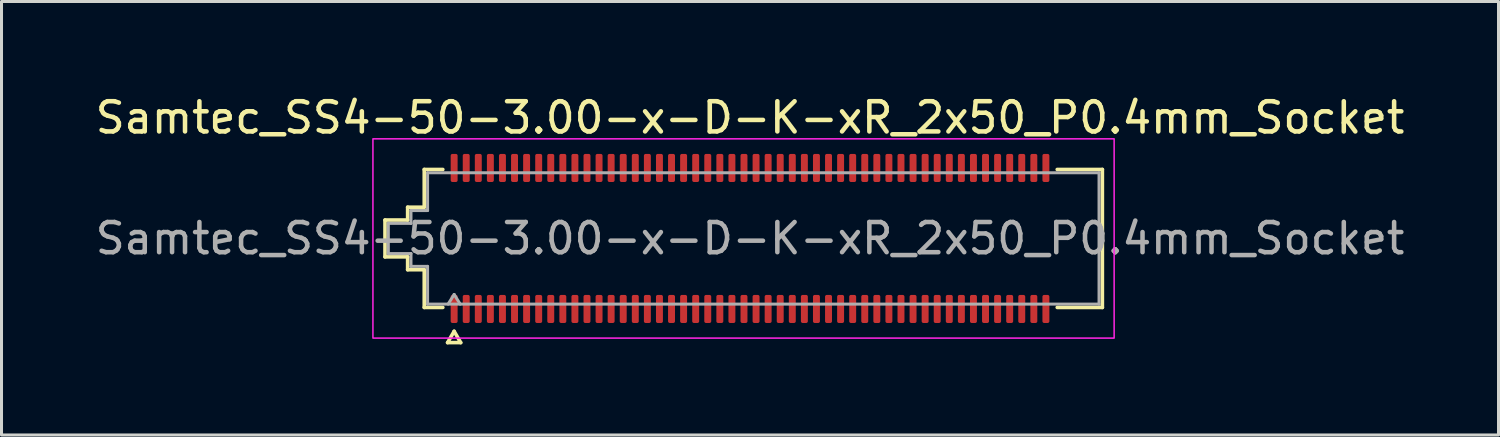
<source format=kicad_pcb>
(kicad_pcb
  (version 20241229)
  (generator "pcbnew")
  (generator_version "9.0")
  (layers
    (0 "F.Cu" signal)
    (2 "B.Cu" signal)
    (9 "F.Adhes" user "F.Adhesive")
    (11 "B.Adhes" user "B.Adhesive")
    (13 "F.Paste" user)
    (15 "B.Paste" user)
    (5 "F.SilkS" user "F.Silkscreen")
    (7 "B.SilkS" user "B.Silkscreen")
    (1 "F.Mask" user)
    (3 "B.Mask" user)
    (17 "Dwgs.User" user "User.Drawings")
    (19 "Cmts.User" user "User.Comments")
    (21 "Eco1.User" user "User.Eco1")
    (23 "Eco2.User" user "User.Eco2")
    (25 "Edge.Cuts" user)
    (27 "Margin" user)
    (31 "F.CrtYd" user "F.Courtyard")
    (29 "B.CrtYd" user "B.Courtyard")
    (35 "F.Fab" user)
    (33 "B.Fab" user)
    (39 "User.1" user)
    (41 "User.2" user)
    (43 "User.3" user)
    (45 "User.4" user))
  (footprint "Samtec_SS4-50-3.00-x-D-K-xR_2x50_P0.4mm_Socket"
    (layer "F.Cu")
    (at 21.792 4.848)
    (property "Reference" "Samtec_SS4-50-3.00-x-D-K-xR_2x50_P0.4mm_Socket" (at 0 -4 0) (layer "F.SilkS") (effects (font (size 1 1) (thickness 0.15))))
    (attr smd)
    (fp_line (start -12.09 -0.61) (end -11.34 -0.61) (stroke (width 0.12) (type solid)) (layer "F.SilkS"))
    (fp_line (start -12.09 0.61) (end -12.09 -0.61) (stroke (width 0.12) (type solid)) (layer "F.SilkS"))
    (fp_line (start -11.34 -1.035) (end -10.79 -1.035) (stroke (width 0.12) (type solid)) (layer "F.SilkS"))
    (fp_line (start -11.34 -0.61) (end -11.34 -1.035) (stroke (width 0.12) (type solid)) (layer "F.SilkS"))
    (fp_line (start -11.34 0.61) (end -12.09 0.61) (stroke (width 0.12) (type solid)) (layer "F.SilkS"))
    (fp_line (start -11.34 1.035) (end -11.34 0.61) (stroke (width 0.12) (type solid)) (layer "F.SilkS"))
    (fp_line (start -10.79 -2.285) (end -10.175 -2.285) (stroke (width 0.12) (type solid)) (layer "F.SilkS"))
    (fp_line (start -10.79 -1.035) (end -10.79 -2.285) (stroke (width 0.12) (type solid)) (layer "F.SilkS"))
    (fp_line (start -10.79 1.035) (end -11.34 1.035) (stroke (width 0.12) (type solid)) (layer "F.SilkS"))
    (fp_line (start -10.79 2.285) (end -10.79 1.035) (stroke (width 0.12) (type solid)) (layer "F.SilkS"))
    (fp_line (start -10.175 2.285) (end -10.79 2.285) (stroke (width 0.12) (type solid)) (layer "F.SilkS"))
    (fp_line (start -10.017 3.45) (end -9.8 3.075) (stroke (width 0.12) (type solid)) (layer "F.SilkS"))
    (fp_line (start -9.8 3.075) (end -9.583 3.45) (stroke (width 0.12) (type solid)) (layer "F.SilkS"))
    (fp_line (start -9.583 3.45) (end -10.017 3.45) (stroke (width 0.12) (type solid)) (layer "F.SilkS"))
    (fp_line (start 10.175 -2.285) (end 11.67 -2.285) (stroke (width 0.12) (type solid)) (layer "F.SilkS"))
    (fp_line (start 11.67 -2.285) (end 11.67 2.285) (stroke (width 0.12) (type solid)) (layer "F.SilkS"))
    (fp_line (start 11.67 2.285) (end 10.175 2.285) (stroke (width 0.12) (type solid)) (layer "F.SilkS"))
    (fp_rect (start -12.49 -3.3) (end 12.06 3.3) (stroke (width 0.05) (type solid)) (fill no) (layer "F.CrtYd"))
    (fp_line (start -11.98 -0.5) (end -11.23 -0.5) (stroke (width 0.1) (type solid)) (layer "F.Fab"))
    (fp_line (start -11.98 0.5) (end -11.98 -0.5) (stroke (width 0.1) (type solid)) (layer "F.Fab"))
    (fp_line (start -11.23 -0.925) (end -10.68 -0.925) (stroke (width 0.1) (type solid)) (layer "F.Fab"))
    (fp_line (start -11.23 -0.5) (end -11.23 -0.925) (stroke (width 0.1) (type solid)) (layer "F.Fab"))
    (fp_line (start -11.23 0.5) (end -11.98 0.5) (stroke (width 0.1) (type solid)) (layer "F.Fab"))
    (fp_line (start -11.23 0.925) (end -11.23 0.5) (stroke (width 0.1) (type solid)) (layer "F.Fab"))
    (fp_line (start -10.68 -2.175) (end 11.56 -2.175) (stroke (width 0.1) (type solid)) (layer "F.Fab"))
    (fp_line (start -10.68 -0.925) (end -10.68 -2.175) (stroke (width 0.1) (type solid)) (layer "F.Fab"))
    (fp_line (start -10.68 0.925) (end -11.23 0.925) (stroke (width 0.1) (type solid)) (layer "F.Fab"))
    (fp_line (start -10.68 2.175) (end -10.68 0.925) (stroke (width 0.1) (type solid)) (layer "F.Fab"))
    (fp_line (start -10 2.175) (end -9.8 1.855) (stroke (width 0.1) (type solid)) (layer "F.Fab"))
    (fp_line (start -9.8 1.855) (end -9.6 2.175) (stroke (width 0.1) (type solid)) (layer "F.Fab"))
    (fp_line (start 11.56 -2.175) (end 11.56 2.175) (stroke (width 0.1) (type solid)) (layer "F.Fab"))
    (fp_line (start 11.56 2.175) (end -10.68 2.175) (stroke (width 0.1) (type solid)) (layer "F.Fab"))
    (fp_text user "${REFERENCE}" (at 0 0 0) (layer "F.Fab") (effects (font (size 1 1) (thickness 0.15))))
    (pad "1" smd roundrect (at -9.8 2.335) (size 0.23 0.93) (layers "F.Cu" "F.Mask" "F.Paste") (roundrect_rratio 0.25))
    (pad "2" smd roundrect (at -9.8 -2.335) (size 0.23 0.93) (layers "F.Cu" "F.Mask" "F.Paste") (roundrect_rratio 0.25))
    (pad "3" smd roundrect (at -9.4 2.335) (size 0.23 0.93) (layers "F.Cu" "F.Mask" "F.Paste") (roundrect_rratio 0.25))
    (pad "4" smd roundrect (at -9.4 -2.335) (size 0.23 0.93) (layers "F.Cu" "F.Mask" "F.Paste") (roundrect_rratio 0.25))
    (pad "5" smd roundrect (at -9 2.335) (size 0.23 0.93) (layers "F.Cu" "F.Mask" "F.Paste") (roundrect_rratio 0.25))
    (pad "6" smd roundrect (at -9 -2.335) (size 0.23 0.93) (layers "F.Cu" "F.Mask" "F.Paste") (roundrect_rratio 0.25))
    (pad "7" smd roundrect (at -8.6 2.335) (size 0.23 0.93) (layers "F.Cu" "F.Mask" "F.Paste") (roundrect_rratio 0.25))
    (pad "8" smd roundrect (at -8.6 -2.335) (size 0.23 0.93) (layers "F.Cu" "F.Mask" "F.Paste") (roundrect_rratio 0.25))
    (pad "9" smd roundrect (at -8.2 2.335) (size 0.23 0.93) (layers "F.Cu" "F.Mask" "F.Paste") (roundrect_rratio 0.25))
    (pad "10" smd roundrect (at -8.2 -2.335) (size 0.23 0.93) (layers "F.Cu" "F.Mask" "F.Paste") (roundrect_rratio 0.25))
    (pad "11" smd roundrect (at -7.8 2.335) (size 0.23 0.93) (layers "F.Cu" "F.Mask" "F.Paste") (roundrect_rratio 0.25))
    (pad "12" smd roundrect (at -7.8 -2.335) (size 0.23 0.93) (layers "F.Cu" "F.Mask" "F.Paste") (roundrect_rratio 0.25))
    (pad "13" smd roundrect (at -7.4 2.335) (size 0.23 0.93) (layers "F.Cu" "F.Mask" "F.Paste") (roundrect_rratio 0.25))
    (pad "14" smd roundrect (at -7.4 -2.335) (size 0.23 0.93) (layers "F.Cu" "F.Mask" "F.Paste") (roundrect_rratio 0.25))
    (pad "15" smd roundrect (at -7 2.335) (size 0.23 0.93) (layers "F.Cu" "F.Mask" "F.Paste") (roundrect_rratio 0.25))
    (pad "16" smd roundrect (at -7 -2.335) (size 0.23 0.93) (layers "F.Cu" "F.Mask" "F.Paste") (roundrect_rratio 0.25))
    (pad "17" smd roundrect (at -6.6 2.335) (size 0.23 0.93) (layers "F.Cu" "F.Mask" "F.Paste") (roundrect_rratio 0.25))
    (pad "18" smd roundrect (at -6.6 -2.335) (size 0.23 0.93) (layers "F.Cu" "F.Mask" "F.Paste") (roundrect_rratio 0.25))
    (pad "19" smd roundrect (at -6.2 2.335) (size 0.23 0.93) (layers "F.Cu" "F.Mask" "F.Paste") (roundrect_rratio 0.25))
    (pad "20" smd roundrect (at -6.2 -2.335) (size 0.23 0.93) (layers "F.Cu" "F.Mask" "F.Paste") (roundrect_rratio 0.25))
    (pad "21" smd roundrect (at -5.8 2.335) (size 0.23 0.93) (layers "F.Cu" "F.Mask" "F.Paste") (roundrect_rratio 0.25))
    (pad "22" smd roundrect (at -5.8 -2.335) (size 0.23 0.93) (layers "F.Cu" "F.Mask" "F.Paste") (roundrect_rratio 0.25))
    (pad "23" smd roundrect (at -5.4 2.335) (size 0.23 0.93) (layers "F.Cu" "F.Mask" "F.Paste") (roundrect_rratio 0.25))
    (pad "24" smd roundrect (at -5.4 -2.335) (size 0.23 0.93) (layers "F.Cu" "F.Mask" "F.Paste") (roundrect_rratio 0.25))
    (pad "25" smd roundrect (at -5 2.335) (size 0.23 0.93) (layers "F.Cu" "F.Mask" "F.Paste") (roundrect_rratio 0.25))
    (pad "26" smd roundrect (at -5 -2.335) (size 0.23 0.93) (layers "F.Cu" "F.Mask" "F.Paste") (roundrect_rratio 0.25))
    (pad "27" smd roundrect (at -4.6 2.335) (size 0.23 0.93) (layers "F.Cu" "F.Mask" "F.Paste") (roundrect_rratio 0.25))
    (pad "28" smd roundrect (at -4.6 -2.335) (size 0.23 0.93) (layers "F.Cu" "F.Mask" "F.Paste") (roundrect_rratio 0.25))
    (pad "29" smd roundrect (at -4.2 2.335) (size 0.23 0.93) (layers "F.Cu" "F.Mask" "F.Paste") (roundrect_rratio 0.25))
    (pad "30" smd roundrect (at -4.2 -2.335) (size 0.23 0.93) (layers "F.Cu" "F.Mask" "F.Paste") (roundrect_rratio 0.25))
    (pad "31" smd roundrect (at -3.8 2.335) (size 0.23 0.93) (layers "F.Cu" "F.Mask" "F.Paste") (roundrect_rratio 0.25))
    (pad "32" smd roundrect (at -3.8 -2.335) (size 0.23 0.93) (layers "F.Cu" "F.Mask" "F.Paste") (roundrect_rratio 0.25))
    (pad "33" smd roundrect (at -3.4 2.335) (size 0.23 0.93) (layers "F.Cu" "F.Mask" "F.Paste") (roundrect_rratio 0.25))
    (pad "34" smd roundrect (at -3.4 -2.335) (size 0.23 0.93) (layers "F.Cu" "F.Mask" "F.Paste") (roundrect_rratio 0.25))
    (pad "35" smd roundrect (at -3 2.335) (size 0.23 0.93) (layers "F.Cu" "F.Mask" "F.Paste") (roundrect_rratio 0.25))
    (pad "36" smd roundrect (at -3 -2.335) (size 0.23 0.93) (layers "F.Cu" "F.Mask" "F.Paste") (roundrect_rratio 0.25))
    (pad "37" smd roundrect (at -2.6 2.335) (size 0.23 0.93) (layers "F.Cu" "F.Mask" "F.Paste") (roundrect_rratio 0.25))
    (pad "38" smd roundrect (at -2.6 -2.335) (size 0.23 0.93) (layers "F.Cu" "F.Mask" "F.Paste") (roundrect_rratio 0.25))
    (pad "39" smd roundrect (at -2.2 2.335) (size 0.23 0.93) (layers "F.Cu" "F.Mask" "F.Paste") (roundrect_rratio 0.25))
    (pad "40" smd roundrect (at -2.2 -2.335) (size 0.23 0.93) (layers "F.Cu" "F.Mask" "F.Paste") (roundrect_rratio 0.25))
    (pad "41" smd roundrect (at -1.8 2.335) (size 0.23 0.93) (layers "F.Cu" "F.Mask" "F.Paste") (roundrect_rratio 0.25))
    (pad "42" smd roundrect (at -1.8 -2.335) (size 0.23 0.93) (layers "F.Cu" "F.Mask" "F.Paste") (roundrect_rratio 0.25))
    (pad "43" smd roundrect (at -1.4 2.335) (size 0.23 0.93) (layers "F.Cu" "F.Mask" "F.Paste") (roundrect_rratio 0.25))
    (pad "44" smd roundrect (at -1.4 -2.335) (size 0.23 0.93) (layers "F.Cu" "F.Mask" "F.Paste") (roundrect_rratio 0.25))
    (pad "45" smd roundrect (at -1 2.335) (size 0.23 0.93) (layers "F.Cu" "F.Mask" "F.Paste") (roundrect_rratio 0.25))
    (pad "46" smd roundrect (at -1 -2.335) (size 0.23 0.93) (layers "F.Cu" "F.Mask" "F.Paste") (roundrect_rratio 0.25))
    (pad "47" smd roundrect (at -0.6 2.335) (size 0.23 0.93) (layers "F.Cu" "F.Mask" "F.Paste") (roundrect_rratio 0.25))
    (pad "48" smd roundrect (at -0.6 -2.335) (size 0.23 0.93) (layers "F.Cu" "F.Mask" "F.Paste") (roundrect_rratio 0.25))
    (pad "49" smd roundrect (at -0.2 2.335) (size 0.23 0.93) (layers "F.Cu" "F.Mask" "F.Paste") (roundrect_rratio 0.25))
    (pad "50" smd roundrect (at -0.2 -2.335) (size 0.23 0.93) (layers "F.Cu" "F.Mask" "F.Paste") (roundrect_rratio 0.25))
    (pad "51" smd roundrect (at 0.2 2.335) (size 0.23 0.93) (layers "F.Cu" "F.Mask" "F.Paste") (roundrect_rratio 0.25))
    (pad "52" smd roundrect (at 0.2 -2.335) (size 0.23 0.93) (layers "F.Cu" "F.Mask" "F.Paste") (roundrect_rratio 0.25))
    (pad "53" smd roundrect (at 0.6 2.335) (size 0.23 0.93) (layers "F.Cu" "F.Mask" "F.Paste") (roundrect_rratio 0.25))
    (pad "54" smd roundrect (at 0.6 -2.335) (size 0.23 0.93) (layers "F.Cu" "F.Mask" "F.Paste") (roundrect_rratio 0.25))
    (pad "55" smd roundrect (at 1 2.335) (size 0.23 0.93) (layers "F.Cu" "F.Mask" "F.Paste") (roundrect_rratio 0.25))
    (pad "56" smd roundrect (at 1 -2.335) (size 0.23 0.93) (layers "F.Cu" "F.Mask" "F.Paste") (roundrect_rratio 0.25))
    (pad "57" smd roundrect (at 1.4 2.335) (size 0.23 0.93) (layers "F.Cu" "F.Mask" "F.Paste") (roundrect_rratio 0.25))
    (pad "58" smd roundrect (at 1.4 -2.335) (size 0.23 0.93) (layers "F.Cu" "F.Mask" "F.Paste") (roundrect_rratio 0.25))
    (pad "59" smd roundrect (at 1.8 2.335) (size 0.23 0.93) (layers "F.Cu" "F.Mask" "F.Paste") (roundrect_rratio 0.25))
    (pad "60" smd roundrect (at 1.8 -2.335) (size 0.23 0.93) (layers "F.Cu" "F.Mask" "F.Paste") (roundrect_rratio 0.25))
    (pad "61" smd roundrect (at 2.2 2.335) (size 0.23 0.93) (layers "F.Cu" "F.Mask" "F.Paste") (roundrect_rratio 0.25))
    (pad "62" smd roundrect (at 2.2 -2.335) (size 0.23 0.93) (layers "F.Cu" "F.Mask" "F.Paste") (roundrect_rratio 0.25))
    (pad "63" smd roundrect (at 2.6 2.335) (size 0.23 0.93) (layers "F.Cu" "F.Mask" "F.Paste") (roundrect_rratio 0.25))
    (pad "64" smd roundrect (at 2.6 -2.335) (size 0.23 0.93) (layers "F.Cu" "F.Mask" "F.Paste") (roundrect_rratio 0.25))
    (pad "65" smd roundrect (at 3 2.335) (size 0.23 0.93) (layers "F.Cu" "F.Mask" "F.Paste") (roundrect_rratio 0.25))
    (pad "66" smd roundrect (at 3 -2.335) (size 0.23 0.93) (layers "F.Cu" "F.Mask" "F.Paste") (roundrect_rratio 0.25))
    (pad "67" smd roundrect (at 3.4 2.335) (size 0.23 0.93) (layers "F.Cu" "F.Mask" "F.Paste") (roundrect_rratio 0.25))
    (pad "68" smd roundrect (at 3.4 -2.335) (size 0.23 0.93) (layers "F.Cu" "F.Mask" "F.Paste") (roundrect_rratio 0.25))
    (pad "69" smd roundrect (at 3.8 2.335) (size 0.23 0.93) (layers "F.Cu" "F.Mask" "F.Paste") (roundrect_rratio 0.25))
    (pad "70" smd roundrect (at 3.8 -2.335) (size 0.23 0.93) (layers "F.Cu" "F.Mask" "F.Paste") (roundrect_rratio 0.25))
    (pad "71" smd roundrect (at 4.2 2.335) (size 0.23 0.93) (layers "F.Cu" "F.Mask" "F.Paste") (roundrect_rratio 0.25))
    (pad "72" smd roundrect (at 4.2 -2.335) (size 0.23 0.93) (layers "F.Cu" "F.Mask" "F.Paste") (roundrect_rratio 0.25))
    (pad "73" smd roundrect (at 4.6 2.335) (size 0.23 0.93) (layers "F.Cu" "F.Mask" "F.Paste") (roundrect_rratio 0.25))
    (pad "74" smd roundrect (at 4.6 -2.335) (size 0.23 0.93) (layers "F.Cu" "F.Mask" "F.Paste") (roundrect_rratio 0.25))
    (pad "75" smd roundrect (at 5 2.335) (size 0.23 0.93) (layers "F.Cu" "F.Mask" "F.Paste") (roundrect_rratio 0.25))
    (pad "76" smd roundrect (at 5 -2.335) (size 0.23 0.93) (layers "F.Cu" "F.Mask" "F.Paste") (roundrect_rratio 0.25))
    (pad "77" smd roundrect (at 5.4 2.335) (size 0.23 0.93) (layers "F.Cu" "F.Mask" "F.Paste") (roundrect_rratio 0.25))
    (pad "78" smd roundrect (at 5.4 -2.335) (size 0.23 0.93) (layers "F.Cu" "F.Mask" "F.Paste") (roundrect_rratio 0.25))
    (pad "79" smd roundrect (at 5.8 2.335) (size 0.23 0.93) (layers "F.Cu" "F.Mask" "F.Paste") (roundrect_rratio 0.25))
    (pad "80" smd roundrect (at 5.8 -2.335) (size 0.23 0.93) (layers "F.Cu" "F.Mask" "F.Paste") (roundrect_rratio 0.25))
    (pad "81" smd roundrect (at 6.2 2.335) (size 0.23 0.93) (layers "F.Cu" "F.Mask" "F.Paste") (roundrect_rratio 0.25))
    (pad "82" smd roundrect (at 6.2 -2.335) (size 0.23 0.93) (layers "F.Cu" "F.Mask" "F.Paste") (roundrect_rratio 0.25))
    (pad "83" smd roundrect (at 6.6 2.335) (size 0.23 0.93) (layers "F.Cu" "F.Mask" "F.Paste") (roundrect_rratio 0.25))
    (pad "84" smd roundrect (at 6.6 -2.335) (size 0.23 0.93) (layers "F.Cu" "F.Mask" "F.Paste") (roundrect_rratio 0.25))
    (pad "85" smd roundrect (at 7 2.335) (size 0.23 0.93) (layers "F.Cu" "F.Mask" "F.Paste") (roundrect_rratio 0.25))
    (pad "86" smd roundrect (at 7 -2.335) (size 0.23 0.93) (layers "F.Cu" "F.Mask" "F.Paste") (roundrect_rratio 0.25))
    (pad "87" smd roundrect (at 7.4 2.335) (size 0.23 0.93) (layers "F.Cu" "F.Mask" "F.Paste") (roundrect_rratio 0.25))
    (pad "88" smd roundrect (at 7.4 -2.335) (size 0.23 0.93) (layers "F.Cu" "F.Mask" "F.Paste") (roundrect_rratio 0.25))
    (pad "89" smd roundrect (at 7.8 2.335) (size 0.23 0.93) (layers "F.Cu" "F.Mask" "F.Paste") (roundrect_rratio 0.25))
    (pad "90" smd roundrect (at 7.8 -2.335) (size 0.23 0.93) (layers "F.Cu" "F.Mask" "F.Paste") (roundrect_rratio 0.25))
    (pad "91" smd roundrect (at 8.2 2.335) (size 0.23 0.93) (layers "F.Cu" "F.Mask" "F.Paste") (roundrect_rratio 0.25))
    (pad "92" smd roundrect (at 8.2 -2.335) (size 0.23 0.93) (layers "F.Cu" "F.Mask" "F.Paste") (roundrect_rratio 0.25))
    (pad "93" smd roundrect (at 8.6 2.335) (size 0.23 0.93) (layers "F.Cu" "F.Mask" "F.Paste") (roundrect_rratio 0.25))
    (pad "94" smd roundrect (at 8.6 -2.335) (size 0.23 0.93) (layers "F.Cu" "F.Mask" "F.Paste") (roundrect_rratio 0.25))
    (pad "95" smd roundrect (at 9 2.335) (size 0.23 0.93) (layers "F.Cu" "F.Mask" "F.Paste") (roundrect_rratio 0.25))
    (pad "96" smd roundrect (at 9 -2.335) (size 0.23 0.93) (layers "F.Cu" "F.Mask" "F.Paste") (roundrect_rratio 0.25))
    (pad "97" smd roundrect (at 9.4 2.335) (size 0.23 0.93) (layers "F.Cu" "F.Mask" "F.Paste") (roundrect_rratio 0.25))
    (pad "98" smd roundrect (at 9.4 -2.335) (size 0.23 0.93) (layers "F.Cu" "F.Mask" "F.Paste") (roundrect_rratio 0.25))
    (pad "99" smd roundrect (at 9.8 2.335) (size 0.23 0.93) (layers "F.Cu" "F.Mask" "F.Paste") (roundrect_rratio 0.25))
    (pad "100" smd roundrect (at 9.8 -2.335) (size 0.23 0.93) (layers "F.Cu" "F.Mask" "F.Paste") (roundrect_rratio 0.25))
    (zone (net_name "") (layer "F.Cu") (name "Via keepout") (hatch edge 0.5) (connect_pads) (min_thickness 0.25) (filled_areas_thickness no) (keepout (tracks not_allowed) (vias not_allowed) (pads allowed) (copperpour not_allowed) (footprints allowed)) (placement (enabled no)) (fill) (polygon (pts (xy 11.877 2.978) (xy 31.707 2.978) (xy 31.707 6.718) (xy 11.877 6.718)))))
  (gr_rect
    (start -3 -3)
    (end 46.583 11.358)
    (stroke (width 0.1) (type default))
    (fill no)
    (layer "Edge.Cuts")))
</source>
